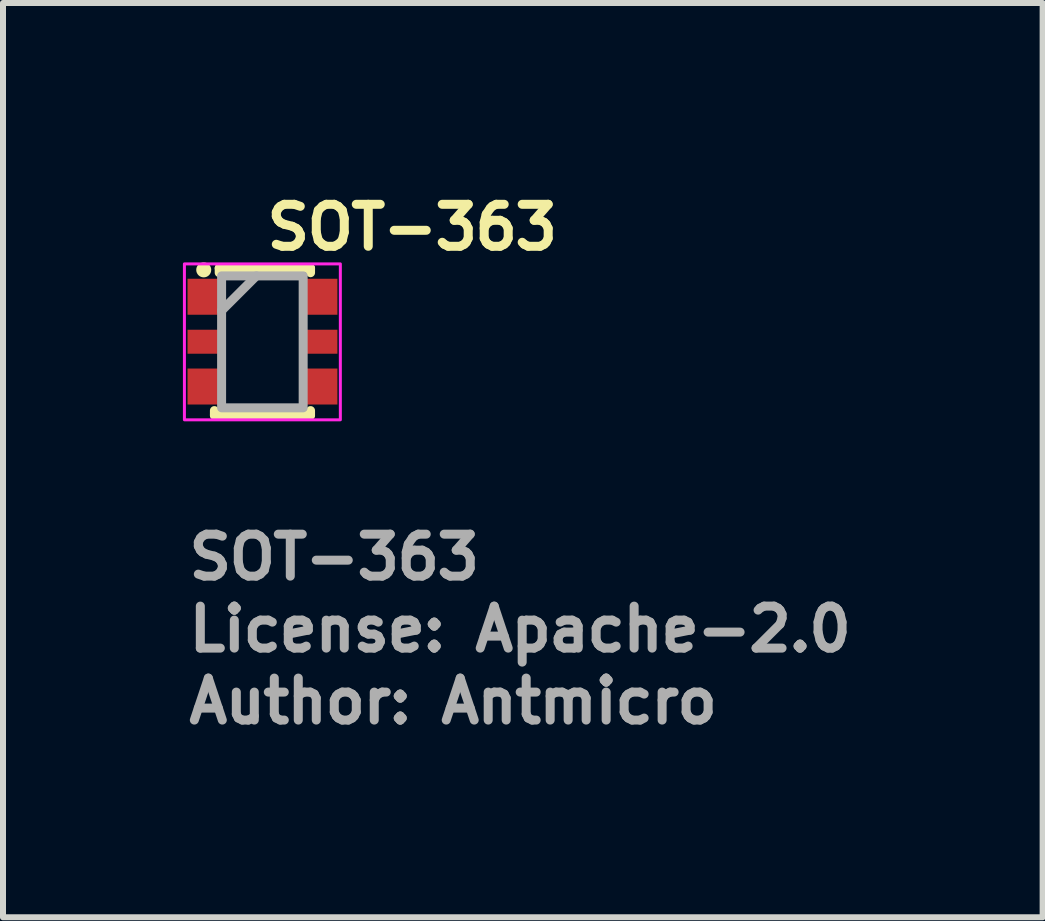
<source format=kicad_pcb>
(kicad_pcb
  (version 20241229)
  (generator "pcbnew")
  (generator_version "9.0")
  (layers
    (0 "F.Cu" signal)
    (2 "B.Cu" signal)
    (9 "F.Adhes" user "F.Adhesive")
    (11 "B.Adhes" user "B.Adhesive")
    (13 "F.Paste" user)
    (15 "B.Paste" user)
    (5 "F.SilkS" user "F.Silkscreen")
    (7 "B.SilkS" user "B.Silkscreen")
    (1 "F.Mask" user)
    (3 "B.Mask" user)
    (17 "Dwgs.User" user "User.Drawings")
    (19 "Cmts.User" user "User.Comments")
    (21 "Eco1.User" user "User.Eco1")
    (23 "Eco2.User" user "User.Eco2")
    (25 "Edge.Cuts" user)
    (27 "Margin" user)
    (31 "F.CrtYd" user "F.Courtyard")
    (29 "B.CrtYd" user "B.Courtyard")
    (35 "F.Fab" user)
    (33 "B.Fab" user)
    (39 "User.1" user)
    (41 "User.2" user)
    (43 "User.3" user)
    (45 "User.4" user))
  (footprint "SOT-363"
    (layer "F.Cu")
    (at 1.325 2.65)
    (property "Reference" "SOT-363" (at 0 -1.5 0) (layer "F.SilkS") (effects (font (size 0.7 0.7) (thickness 0.15)) (justify left bottom)))
    (attr smd)
    (fp_line (start -0.8 1.146) (end -0.8 1.223) (stroke (width 0.15) (type solid)) (layer "F.SilkS"))
    (fp_line (start -0.8 1.223) (end 0.803 1.223) (stroke (width 0.15) (type solid)) (layer "F.SilkS"))
    (fp_line (start -0.72 -1.153) (end -0.72 -1.228) (stroke (width 0.15) (type solid)) (layer "F.SilkS"))
    (fp_line (start 0.803 -1.228) (end -0.72 -1.228) (stroke (width 0.15) (type solid)) (layer "F.SilkS"))
    (fp_line (start 0.803 -1.153) (end 0.803 -1.228) (stroke (width 0.15) (type solid)) (layer "F.SilkS"))
    (fp_line (start 0.803 1.146) (end 0.803 1.223) (stroke (width 0.15) (type solid)) (layer "F.SilkS"))
    (fp_circle (center -0.978 -1.2) (end -0.928 -1.2) (stroke (width 0.15) (type solid)) (fill yes) (layer "F.SilkS"))
    (fp_rect (start 1.3 -1.3) (end -1.3 1.3) (stroke (width 0.05) (type solid)) (fill no) (layer "F.CrtYd"))
    (fp_line (start -0.1 -1.1) (end -0.68 -0.52) (stroke (width 0.15) (type solid)) (layer "F.Fab"))
    (fp_rect (start 0.68 1.1) (end -0.68 -1.1) (stroke (width 0.15) (type solid)) (fill no) (layer "F.Fab"))
    (fp_rect (start 1 -1) (end -1 1) (stroke (width 0.1) (type solid)) (fill no) (layer "User.5"))
    (fp_line (start -0.998 -0.804) (end -0.973 -0.804) (stroke (width 0.02) (type solid)) (layer "User.9"))
    (fp_line (start -0.998 -0.502) (end -0.998 -0.804) (stroke (width 0.02) (type solid)) (layer "User.9"))
    (fp_line (start -0.998 -0.502) (end -0.973 -0.502) (stroke (width 0.02) (type solid)) (layer "User.9"))
    (fp_line (start -0.998 -0.152) (end -0.973 -0.152) (stroke (width 0.02) (type solid)) (layer "User.9"))
    (fp_line (start -0.998 0.146) (end -0.998 -0.152) (stroke (width 0.02) (type solid)) (layer "User.9"))
    (fp_line (start -0.998 0.146) (end -0.973 0.146) (stroke (width 0.02) (type solid)) (layer "User.9"))
    (fp_line (start -0.998 0.496) (end -0.973 0.496) (stroke (width 0.02) (type solid)) (layer "User.9"))
    (fp_line (start -0.998 0.798) (end -0.998 0.496) (stroke (width 0.02) (type solid)) (layer "User.9"))
    (fp_line (start -0.998 0.798) (end -0.973 0.798) (stroke (width 0.02) (type solid)) (layer "User.9"))
    (fp_line (start -0.973 -0.804) (end -0.873 -0.804) (stroke (width 0.02) (type solid)) (layer "User.9"))
    (fp_line (start -0.973 -0.502) (end -0.873 -0.502) (stroke (width 0.02) (type solid)) (layer "User.9"))
    (fp_line (start -0.973 -0.152) (end -0.873 -0.152) (stroke (width 0.02) (type solid)) (layer "User.9"))
    (fp_line (start -0.973 0.146) (end -0.873 0.146) (stroke (width 0.02) (type solid)) (layer "User.9"))
    (fp_line (start -0.973 0.496) (end -0.873 0.496) (stroke (width 0.02) (type solid)) (layer "User.9"))
    (fp_line (start -0.973 0.798) (end -0.873 0.798) (stroke (width 0.02) (type solid)) (layer "User.9"))
    (fp_line (start -0.873 -0.804) (end -0.623 -0.804) (stroke (width 0.02) (type solid)) (layer "User.9"))
    (fp_line (start -0.873 -0.502) (end -0.873 -0.804) (stroke (width 0.02) (type solid)) (layer "User.9"))
    (fp_line (start -0.873 -0.502) (end -0.623 -0.502) (stroke (width 0.02) (type solid)) (layer "User.9"))
    (fp_line (start -0.873 -0.152) (end -0.623 -0.152) (stroke (width 0.02) (type solid)) (layer "User.9"))
    (fp_line (start -0.873 0.146) (end -0.873 -0.152) (stroke (width 0.02) (type solid)) (layer "User.9"))
    (fp_line (start -0.873 0.146) (end -0.623 0.146) (stroke (width 0.02) (type solid)) (layer "User.9"))
    (fp_line (start -0.873 0.496) (end -0.623 0.496) (stroke (width 0.02) (type solid)) (layer "User.9"))
    (fp_line (start -0.873 0.798) (end -0.873 0.496) (stroke (width 0.02) (type solid)) (layer "User.9"))
    (fp_line (start -0.873 0.798) (end -0.623 0.798) (stroke (width 0.02) (type solid)) (layer "User.9"))
    (fp_line (start -0.623 -0.909) (end -0.598 -0.895) (stroke (width 0.02) (type solid)) (layer "User.9"))
    (fp_line (start -0.623 -0.909) (end -0.53 -1.002) (stroke (width 0.02) (type solid)) (layer "User.9"))
    (fp_line (start -0.623 -0.804) (end -0.623 -0.909) (stroke (width 0.02) (type solid)) (layer "User.9"))
    (fp_line (start -0.623 -0.152) (end -0.623 -0.502) (stroke (width 0.02) (type solid)) (layer "User.9"))
    (fp_line (start -0.623 0.496) (end -0.623 0.146) (stroke (width 0.02) (type solid)) (layer "User.9"))
    (fp_line (start -0.623 0.903) (end -0.623 0.798) (stroke (width 0.02) (type solid)) (layer "User.9"))
    (fp_line (start -0.623 0.903) (end -0.598 0.889) (stroke (width 0.02) (type solid)) (layer "User.9"))
    (fp_line (start -0.598 -0.895) (end -0.543 -0.867) (stroke (width 0.02) (type solid)) (layer "User.9"))
    (fp_line (start -0.598 -0.895) (end -0.517 -0.977) (stroke (width 0.02) (type solid)) (layer "User.9"))
    (fp_line (start -0.598 -0.804) (end -0.598 -0.895) (stroke (width 0.02) (type solid)) (layer "User.9"))
    (fp_line (start -0.598 -0.502) (end -0.598 -0.804) (stroke (width 0.02) (type solid)) (layer "User.9"))
    (fp_line (start -0.598 -0.152) (end -0.598 -0.502) (stroke (width 0.02) (type solid)) (layer "User.9"))
    (fp_line (start -0.598 0.146) (end -0.598 -0.152) (stroke (width 0.02) (type solid)) (layer "User.9"))
    (fp_line (start -0.598 0.496) (end -0.598 0.146) (stroke (width 0.02) (type solid)) (layer "User.9"))
    (fp_line (start -0.598 0.798) (end -0.598 0.496) (stroke (width 0.02) (type solid)) (layer "User.9"))
    (fp_line (start -0.598 0.889) (end -0.598 0.798) (stroke (width 0.02) (type solid)) (layer "User.9"))
    (fp_line (start -0.598 0.889) (end -0.543 0.861) (stroke (width 0.02) (type solid)) (layer "User.9"))
    (fp_line (start -0.543 -0.867) (end -0.488 -0.922) (stroke (width 0.02) (type solid)) (layer "User.9"))
    (fp_line (start -0.543 0.861) (end -0.543 -0.867) (stroke (width 0.02) (type solid)) (layer "User.9"))
    (fp_line (start -0.53 -1.002) (end -0.517 -0.977) (stroke (width 0.02) (type solid)) (layer "User.9"))
    (fp_line (start -0.53 -1.002) (end 0.532 -1.002) (stroke (width 0.02) (type solid)) (layer "User.9"))
    (fp_line (start -0.53 0.996) (end -0.623 0.903) (stroke (width 0.02) (type solid)) (layer "User.9"))
    (fp_line (start -0.53 0.996) (end -0.517 0.971) (stroke (width 0.02) (type solid)) (layer "User.9"))
    (fp_line (start -0.517 -0.977) (end -0.488 -0.922) (stroke (width 0.02) (type solid)) (layer "User.9"))
    (fp_line (start -0.517 -0.977) (end 0.519 -0.977) (stroke (width 0.02) (type solid)) (layer "User.9"))
    (fp_line (start -0.517 0.971) (end -0.598 0.889) (stroke (width 0.02) (type solid)) (layer "User.9"))
    (fp_line (start -0.517 0.971) (end -0.488 0.916) (stroke (width 0.02) (type solid)) (layer "User.9"))
    (fp_line (start -0.488 -0.922) (end 0.49 -0.922) (stroke (width 0.02) (type solid)) (layer "User.9"))
    (fp_line (start -0.488 0.916) (end -0.543 0.861) (stroke (width 0.02) (type solid)) (layer "User.9"))
    (fp_line (start 0.49 -0.922) (end 0.545 -0.867) (stroke (width 0.02) (type solid)) (layer "User.9"))
    (fp_line (start 0.49 0.916) (end -0.488 0.916) (stroke (width 0.02) (type solid)) (layer "User.9"))
    (fp_line (start 0.519 -0.977) (end 0.49 -0.922) (stroke (width 0.02) (type solid)) (layer "User.9"))
    (fp_line (start 0.519 -0.977) (end 0.6 -0.895) (stroke (width 0.02) (type solid)) (layer "User.9"))
    (fp_line (start 0.519 0.971) (end -0.517 0.971) (stroke (width 0.02) (type solid)) (layer "User.9"))
    (fp_line (start 0.519 0.971) (end 0.49 0.916) (stroke (width 0.02) (type solid)) (layer "User.9"))
    (fp_line (start 0.532 -1.002) (end 0.519 -0.977) (stroke (width 0.02) (type solid)) (layer "User.9"))
    (fp_line (start 0.532 -1.002) (end 0.625 -0.909) (stroke (width 0.02) (type solid)) (layer "User.9"))
    (fp_line (start 0.532 0.996) (end -0.53 0.996) (stroke (width 0.02) (type solid)) (layer "User.9"))
    (fp_line (start 0.532 0.996) (end 0.519 0.971) (stroke (width 0.02) (type solid)) (layer "User.9"))
    (fp_line (start 0.545 -0.867) (end 0.545 0.861) (stroke (width 0.02) (type solid)) (layer "User.9"))
    (fp_line (start 0.545 0.861) (end 0.49 0.916) (stroke (width 0.02) (type solid)) (layer "User.9"))
    (fp_line (start 0.6 -0.895) (end 0.545 -0.867) (stroke (width 0.02) (type solid)) (layer "User.9"))
    (fp_line (start 0.6 -0.895) (end 0.6 -0.804) (stroke (width 0.02) (type solid)) (layer "User.9"))
    (fp_line (start 0.6 -0.804) (end 0.6 -0.502) (stroke (width 0.02) (type solid)) (layer "User.9"))
    (fp_line (start 0.6 -0.502) (end 0.6 -0.152) (stroke (width 0.02) (type solid)) (layer "User.9"))
    (fp_line (start 0.6 -0.152) (end 0.6 0.146) (stroke (width 0.02) (type solid)) (layer "User.9"))
    (fp_line (start 0.6 0.146) (end 0.6 0.496) (stroke (width 0.02) (type solid)) (layer "User.9"))
    (fp_line (start 0.6 0.496) (end 0.6 0.798) (stroke (width 0.02) (type solid)) (layer "User.9"))
    (fp_line (start 0.6 0.798) (end 0.6 0.889) (stroke (width 0.02) (type solid)) (layer "User.9"))
    (fp_line (start 0.6 0.889) (end 0.519 0.971) (stroke (width 0.02) (type solid)) (layer "User.9"))
    (fp_line (start 0.6 0.889) (end 0.545 0.861) (stroke (width 0.02) (type solid)) (layer "User.9"))
    (fp_line (start 0.625 -0.909) (end 0.6 -0.895) (stroke (width 0.02) (type solid)) (layer "User.9"))
    (fp_line (start 0.625 -0.909) (end 0.625 -0.804) (stroke (width 0.02) (type solid)) (layer "User.9"))
    (fp_line (start 0.625 -0.502) (end 0.625 -0.152) (stroke (width 0.02) (type solid)) (layer "User.9"))
    (fp_line (start 0.625 0.146) (end 0.625 0.496) (stroke (width 0.02) (type solid)) (layer "User.9"))
    (fp_line (start 0.625 0.798) (end 0.625 0.903) (stroke (width 0.02) (type solid)) (layer "User.9"))
    (fp_line (start 0.625 0.903) (end 0.532 0.996) (stroke (width 0.02) (type solid)) (layer "User.9"))
    (fp_line (start 0.625 0.903) (end 0.6 0.889) (stroke (width 0.02) (type solid)) (layer "User.9"))
    (fp_line (start 0.875 -0.804) (end 0.625 -0.804) (stroke (width 0.02) (type solid)) (layer "User.9"))
    (fp_line (start 0.875 -0.804) (end 0.875 -0.502) (stroke (width 0.02) (type solid)) (layer "User.9"))
    (fp_line (start 0.875 -0.502) (end 0.625 -0.502) (stroke (width 0.02) (type solid)) (layer "User.9"))
    (fp_line (start 0.875 -0.152) (end 0.625 -0.152) (stroke (width 0.02) (type solid)) (layer "User.9"))
    (fp_line (start 0.875 -0.152) (end 0.875 0.146) (stroke (width 0.02) (type solid)) (layer "User.9"))
    (fp_line (start 0.875 0.146) (end 0.625 0.146) (stroke (width 0.02) (type solid)) (layer "User.9"))
    (fp_line (start 0.875 0.496) (end 0.625 0.496) (stroke (width 0.02) (type solid)) (layer "User.9"))
    (fp_line (start 0.875 0.496) (end 0.875 0.798) (stroke (width 0.02) (type solid)) (layer "User.9"))
    (fp_line (start 0.875 0.798) (end 0.625 0.798) (stroke (width 0.02) (type solid)) (layer "User.9"))
    (fp_line (start 0.975 -0.804) (end 0.875 -0.804) (stroke (width 0.02) (type solid)) (layer "User.9"))
    (fp_line (start 0.975 -0.502) (end 0.875 -0.502) (stroke (width 0.02) (type solid)) (layer "User.9"))
    (fp_line (start 0.975 -0.152) (end 0.875 -0.152) (stroke (width 0.02) (type solid)) (layer "User.9"))
    (fp_line (start 0.975 0.146) (end 0.875 0.146) (stroke (width 0.02) (type solid)) (layer "User.9"))
    (fp_line (start 0.975 0.496) (end 0.875 0.496) (stroke (width 0.02) (type solid)) (layer "User.9"))
    (fp_line (start 0.975 0.798) (end 0.875 0.798) (stroke (width 0.02) (type solid)) (layer "User.9"))
    (fp_line (start 1 -0.804) (end 0.975 -0.804) (stroke (width 0.02) (type solid)) (layer "User.9"))
    (fp_line (start 1 -0.804) (end 1 -0.502) (stroke (width 0.02) (type solid)) (layer "User.9"))
    (fp_line (start 1 -0.502) (end 0.975 -0.502) (stroke (width 0.02) (type solid)) (layer "User.9"))
    (fp_line (start 1 -0.152) (end 0.975 -0.152) (stroke (width 0.02) (type solid)) (layer "User.9"))
    (fp_line (start 1 -0.152) (end 1 0.146) (stroke (width 0.02) (type solid)) (layer "User.9"))
    (fp_line (start 1 0.146) (end 0.975 0.146) (stroke (width 0.02) (type solid)) (layer "User.9"))
    (fp_line (start 1 0.496) (end 0.975 0.496) (stroke (width 0.02) (type solid)) (layer "User.9"))
    (fp_line (start 1 0.496) (end 1 0.798) (stroke (width 0.02) (type solid)) (layer "User.9"))
    (fp_line (start 1 0.798) (end 0.975 0.798) (stroke (width 0.02) (type solid)) (layer "User.9"))
    (fp_text user "License: Apache-2.0" (at -1.3 5.2 0) (layer "F.Fab") (effects (font (size 0.7 0.7) (thickness 0.15)) (justify left bottom)))
    (fp_text user "Author: Antmicro" (at -1.3 6.4 0) (layer "F.Fab") (effects (font (size 0.7 0.7) (thickness 0.15)) (justify left bottom)))
    (fp_text user "${REFERENCE}" (at -1.3 4 0) (layer "F.Fab") (effects (font (size 0.7 0.7) (thickness 0.15)) (justify left bottom)))
    (pad "1" smd custom (at -0.948 -0.752 270) (size 0.6 0.6) (layers "F.Cu" "F.Mask" "F.Paste") (options (anchor rect)) (primitives))
    (pad "2" smd rect (at -0.948 -0.002 270) (size 0.4 0.6) (layers "F.Cu" "F.Mask" "F.Paste"))
    (pad "3" smd custom (at -0.948 0.745 270) (size 0.6 0.6) (layers "F.Cu" "F.Mask" "F.Paste") (options (anchor rect)) (primitives))
    (pad "4" smd custom (at 0.951 0.745 270) (size 0.6 0.6) (layers "F.Cu" "F.Mask" "F.Paste") (options (anchor rect)) (primitives))
    (pad "5" smd rect (at 0.951 -0.002 270) (size 0.4 0.6) (layers "F.Cu" "F.Mask" "F.Paste"))
    (pad "6" smd custom (at 0.951 -0.752 270) (size 0.6 0.6) (layers "F.Cu" "F.Mask" "F.Paste") (options (anchor rect)) (primitives)))
  (gr_rect
    (start -3 -3)
    (end 14.335 12.245)
    (stroke (width 0.1) (type default))
    (fill no)
    (layer "Edge.Cuts")))
</source>
